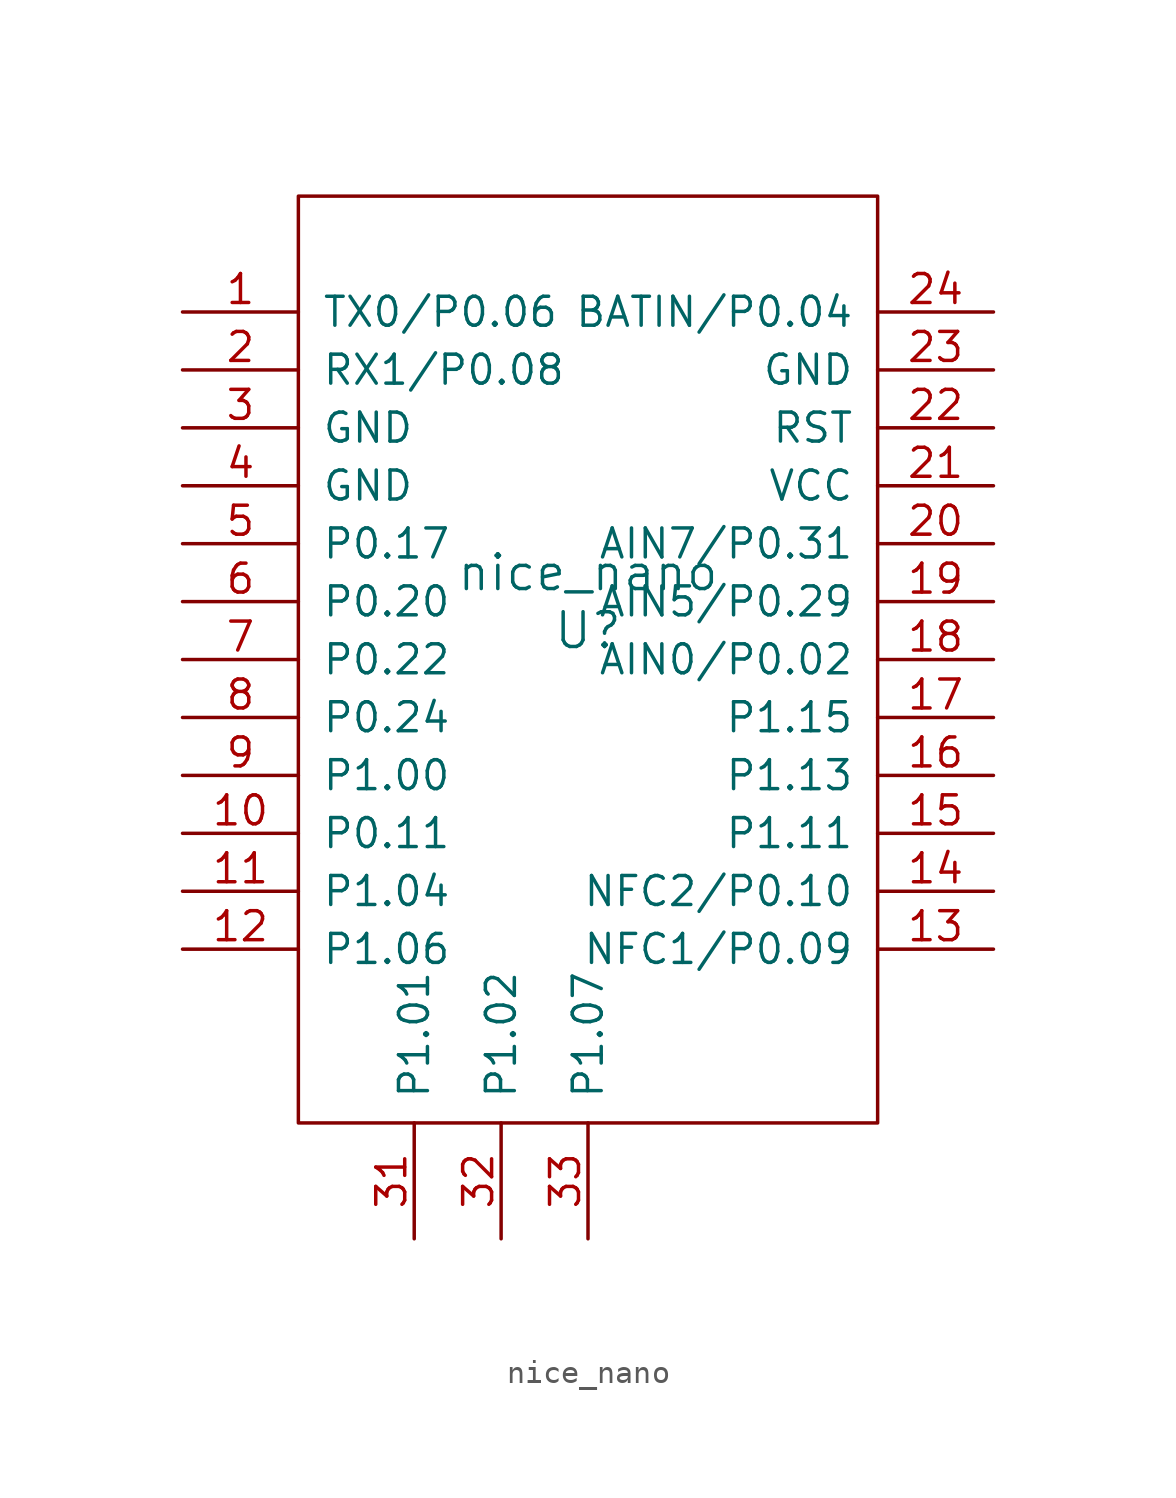
<source format=kicad_sym>
(kicad_symbol_lib
  (version 20211014)
  (generator kicad_symbol_editor)
  (symbol "nice_nano"
    (pin_names
      (offset 1.016))
    (property "Reference" "U"
      (at 0 0 0)
      (effects (font (size 1.524 1.524))))
    (property "Value" "nice_nano"
      (at 0 2.54 0)
      (effects (font (size 1.524 1.524))))
    (symbol "nice_nano_0_1"
      (rectangle (start -12.7 -21.59) (end 12.7 19.05) (stroke (width 0) (type default) (color 0 0 0 0)) (fill (type none))))
    (symbol "nice_nano_1_1"
      (pin bidirectional line (at -17.78 13.97 0) (length 5.08) (name "TX0/P0.06" (effects (font (size 1.27 1.27)))) (number "1" (effects (font (size 1.27 1.27)))))
      (pin bidirectional line (at -17.78 -8.89 0) (length 5.08) (name "P0.11" (effects (font (size 1.27 1.27)))) (number "10" (effects (font (size 1.27 1.27)))))
      (pin bidirectional line (at -17.78 -11.43 0) (length 5.08) (name "P1.04" (effects (font (size 1.27 1.27)))) (number "11" (effects (font (size 1.27 1.27)))))
      (pin bidirectional line (at -17.78 -13.97 0) (length 5.08) (name "P1.06" (effects (font (size 1.27 1.27)))) (number "12" (effects (font (size 1.27 1.27)))))
      (pin bidirectional line (at 17.78 -13.97 180) (length 5.08) (name "NFC1/P0.09" (effects (font (size 1.27 1.27)))) (number "13" (effects (font (size 1.27 1.27)))))
      (pin bidirectional line (at 17.78 -11.43 180) (length 5.08) (name "NFC2/P0.10" (effects (font (size 1.27 1.27)))) (number "14" (effects (font (size 1.27 1.27)))))
      (pin bidirectional line (at 17.78 -8.89 180) (length 5.08) (name "P1.11" (effects (font (size 1.27 1.27)))) (number "15" (effects (font (size 1.27 1.27)))))
      (pin bidirectional line (at 17.78 -6.35 180) (length 5.08) (name "P1.13" (effects (font (size 1.27 1.27)))) (number "16" (effects (font (size 1.27 1.27)))))
      (pin bidirectional line (at 17.78 -3.81 180) (length 5.08) (name "P1.15" (effects (font (size 1.27 1.27)))) (number "17" (effects (font (size 1.27 1.27)))))
      (pin bidirectional line (at 17.78 -1.27 180) (length 5.08) (name "AIN0/P0.02" (effects (font (size 1.27 1.27)))) (number "18" (effects (font (size 1.27 1.27)))))
      (pin bidirectional line (at 17.78 1.27 180) (length 5.08) (name "AIN5/P0.29" (effects (font (size 1.27 1.27)))) (number "19" (effects (font (size 1.27 1.27)))))
      (pin bidirectional line (at -17.78 11.43 0) (length 5.08) (name "RX1/P0.08" (effects (font (size 1.27 1.27)))) (number "2" (effects (font (size 1.27 1.27)))))
      (pin bidirectional line (at 17.78 3.81 180) (length 5.08) (name "AIN7/P0.31" (effects (font (size 1.27 1.27)))) (number "20" (effects (font (size 1.27 1.27)))))
      (pin power_in line (at 17.78 6.35 180) (length 5.08) (name "VCC" (effects (font (size 1.27 1.27)))) (number "21" (effects (font (size 1.27 1.27)))))
      (pin input line (at 17.78 8.89 180) (length 5.08) (name "RST" (effects (font (size 1.27 1.27)))) (number "22" (effects (font (size 1.27 1.27)))))
      (pin power_in line (at 17.78 11.43 180) (length 5.08) (name "GND" (effects (font (size 1.27 1.27)))) (number "23" (effects (font (size 1.27 1.27)))))
      (pin power_out line (at 17.78 13.97 180) (length 5.08) (name "BATIN/P0.04" (effects (font (size 1.27 1.27)))) (number "24" (effects (font (size 1.27 1.27)))))
      (pin power_in line (at -17.78 8.89 0) (length 5.08) (name "GND" (effects (font (size 1.27 1.27)))) (number "3" (effects (font (size 1.27 1.27)))))
      (pin input line (at -7.62 -26.67 90) (length 5.08) (name "P1.01" (effects (font (size 1.27 1.27)))) (number "31" (effects (font (size 1.27 1.27)))))
      (pin input line (at -3.81 -26.67 90) (length 5.08) (name "P1.02" (effects (font (size 1.27 1.27)))) (number "32" (effects (font (size 1.27 1.27)))))
      (pin input line (at 0 -26.67 90) (length 5.08) (name "P1.07" (effects (font (size 1.27 1.27)))) (number "33" (effects (font (size 1.27 1.27)))))
      (pin power_in line (at -17.78 6.35 0) (length 5.08) (name "GND" (effects (font (size 1.27 1.27)))) (number "4" (effects (font (size 1.27 1.27)))))
      (pin bidirectional line (at -17.78 3.81 0) (length 5.08) (name "P0.17" (effects (font (size 1.27 1.27)))) (number "5" (effects (font (size 1.27 1.27)))))
      (pin bidirectional line (at -17.78 1.27 0) (length 5.08) (name "P0.20" (effects (font (size 1.27 1.27)))) (number "6" (effects (font (size 1.27 1.27)))))
      (pin bidirectional line (at -17.78 -1.27 0) (length 5.08) (name "P0.22" (effects (font (size 1.27 1.27)))) (number "7" (effects (font (size 1.27 1.27)))))
      (pin bidirectional line (at -17.78 -3.81 0) (length 5.08) (name "P0.24" (effects (font (size 1.27 1.27)))) (number "8" (effects (font (size 1.27 1.27)))))
      (pin bidirectional line (at -17.78 -6.35 0) (length 5.08) (name "P1.00" (effects (font (size 1.27 1.27)))) (number "9" (effects (font (size 1.27 1.27))))))))
</source>
